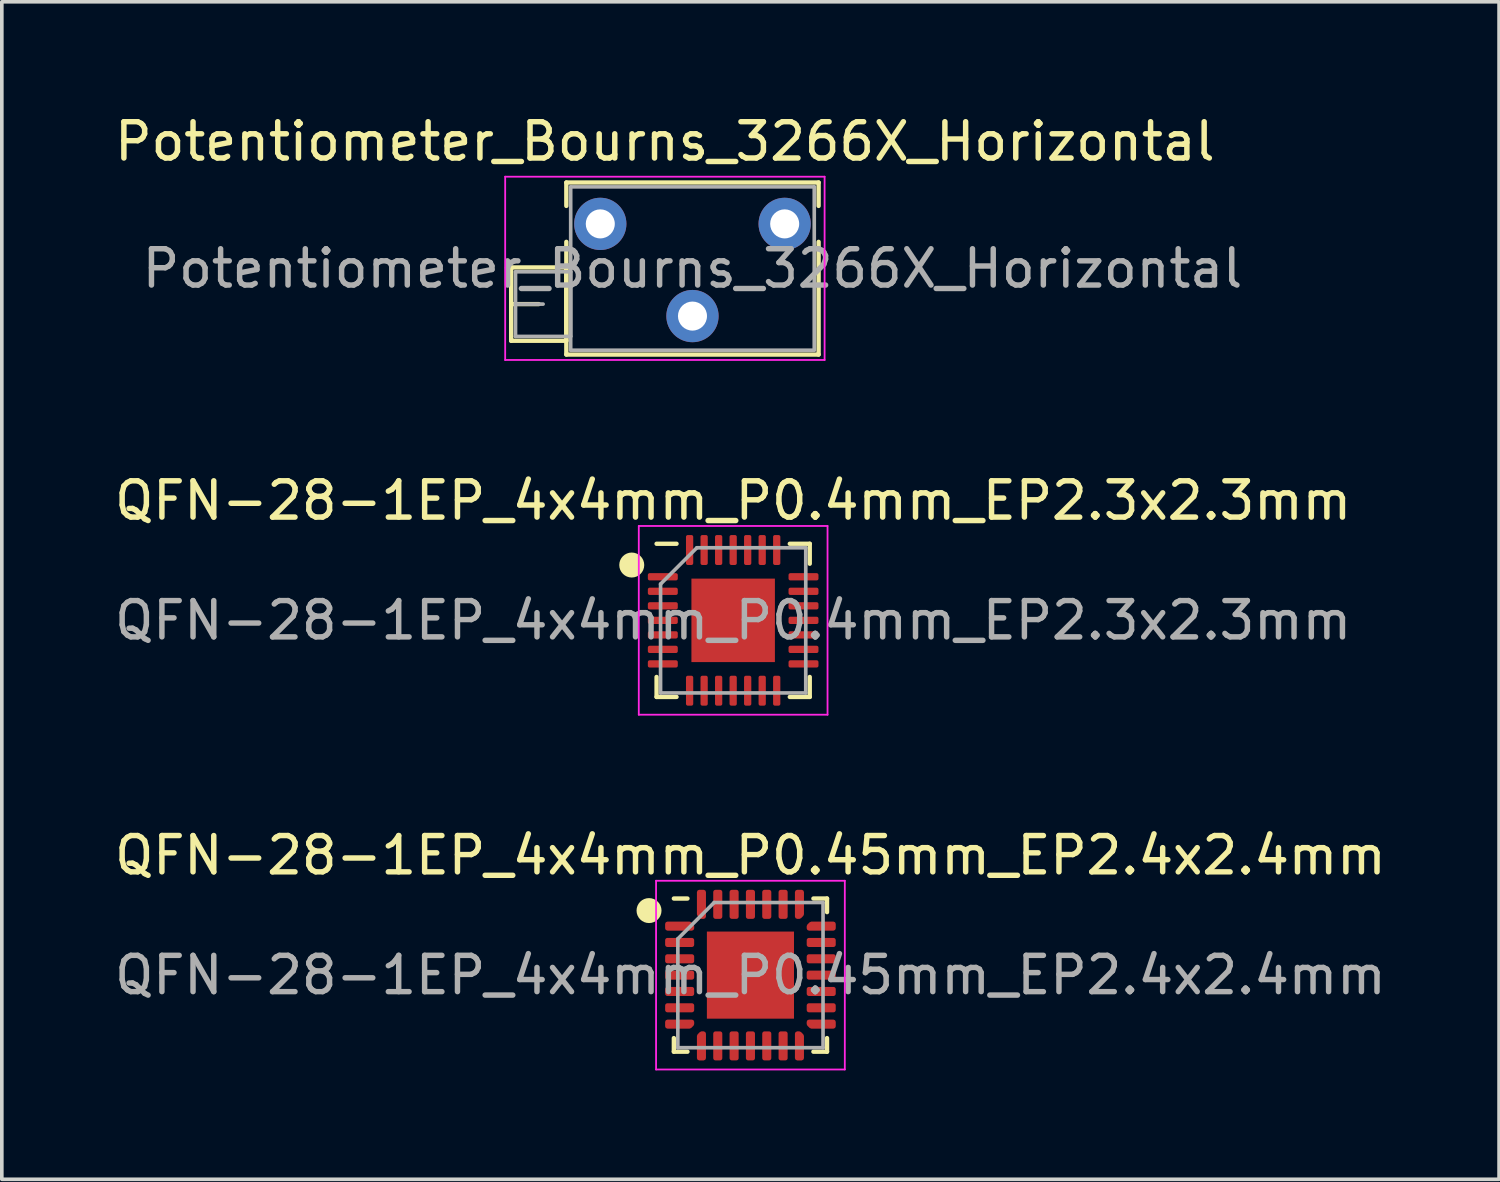
<source format=kicad_pcb>
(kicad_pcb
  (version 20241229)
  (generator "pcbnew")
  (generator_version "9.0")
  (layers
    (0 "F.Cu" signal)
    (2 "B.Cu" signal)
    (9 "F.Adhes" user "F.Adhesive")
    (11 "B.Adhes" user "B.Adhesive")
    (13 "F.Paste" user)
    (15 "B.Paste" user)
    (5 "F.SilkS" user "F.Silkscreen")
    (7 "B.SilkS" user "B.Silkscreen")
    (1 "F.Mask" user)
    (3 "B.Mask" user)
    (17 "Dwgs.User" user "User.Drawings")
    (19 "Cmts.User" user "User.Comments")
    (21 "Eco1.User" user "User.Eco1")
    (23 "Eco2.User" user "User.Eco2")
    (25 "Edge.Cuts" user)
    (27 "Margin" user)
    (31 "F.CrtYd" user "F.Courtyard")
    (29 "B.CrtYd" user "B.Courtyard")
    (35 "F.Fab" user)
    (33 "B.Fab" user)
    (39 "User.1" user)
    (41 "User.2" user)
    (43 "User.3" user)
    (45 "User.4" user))
  (footprint "QFN-28-1EP_4x4mm_P0.45mm_EP2.4x2.4mm"
    (layer "F.Cu")
    (at 17.625 23.815)
    (property "Reference" "QFN-28-1EP_4x4mm_P0.45mm_EP2.4x2.4mm" (at 0 -3.3 0) (layer "F.SilkS") (effects (font (size 1 1) (thickness 0.15))))
    (attr smd)
    (fp_line (start -2.11 2.11) (end -2.11 1.735) (stroke (width 0.12) (type solid)) (layer "F.SilkS"))
    (fp_line (start -1.735 -2.11) (end -2.11 -2.11) (stroke (width 0.12) (type solid)) (layer "F.SilkS"))
    (fp_line (start -1.735 2.11) (end -2.11 2.11) (stroke (width 0.12) (type solid)) (layer "F.SilkS"))
    (fp_line (start 1.735 -2.11) (end 2.11 -2.11) (stroke (width 0.12) (type solid)) (layer "F.SilkS"))
    (fp_line (start 1.735 2.11) (end 2.11 2.11) (stroke (width 0.12) (type solid)) (layer "F.SilkS"))
    (fp_line (start 2.11 -2.11) (end 2.11 -1.735) (stroke (width 0.12) (type solid)) (layer "F.SilkS"))
    (fp_line (start 2.11 2.11) (end 2.11 1.735) (stroke (width 0.12) (type solid)) (layer "F.SilkS"))
    (fp_circle (center -2.794 -1.778) (end -2.51 -1.778) (stroke (width 0.12) (type solid)) (fill yes) (layer "F.SilkS"))
    (fp_line (start -2.6 -2.6) (end -2.6 2.6) (stroke (width 0.05) (type solid)) (layer "F.CrtYd"))
    (fp_line (start -2.6 2.6) (end 2.6 2.6) (stroke (width 0.05) (type solid)) (layer "F.CrtYd"))
    (fp_line (start 2.6 -2.6) (end -2.6 -2.6) (stroke (width 0.05) (type solid)) (layer "F.CrtYd"))
    (fp_line (start 2.6 2.6) (end 2.6 -2.6) (stroke (width 0.05) (type solid)) (layer "F.CrtYd"))
    (fp_line (start -2 -1) (end -1 -2) (stroke (width 0.1) (type solid)) (layer "F.Fab"))
    (fp_line (start -2 2) (end -2 -1) (stroke (width 0.1) (type solid)) (layer "F.Fab"))
    (fp_line (start -1 -2) (end 2 -2) (stroke (width 0.1) (type solid)) (layer "F.Fab"))
    (fp_line (start 2 -2) (end 2 2) (stroke (width 0.1) (type solid)) (layer "F.Fab"))
    (fp_line (start 2 2) (end -2 2) (stroke (width 0.1) (type solid)) (layer "F.Fab"))
    (fp_text user "${REFERENCE}" (at 0 0 0) (layer "F.Fab") (effects (font (size 1 1) (thickness 0.15))))
    (pad "" smd roundrect (at -0.6 -0.6) (size 0.97 0.97) (layers "F.Paste") (roundrect_rratio 0.25))
    (pad "" smd roundrect (at -0.6 0.6) (size 0.97 0.97) (layers "F.Paste") (roundrect_rratio 0.25))
    (pad "" smd roundrect (at 0.6 -0.6) (size 0.97 0.97) (layers "F.Paste") (roundrect_rratio 0.25))
    (pad "" smd roundrect (at 0.6 0.6) (size 0.97 0.97) (layers "F.Paste") (roundrect_rratio 0.25))
    (pad "1" smd custom (at -1.95 -1.35) (size 0.179 0.179) (layers "F.Cu" "F.Mask" "F.Paste") (options (anchor circle)) (primitives (gr_poly (pts (xy 0.338 0.001) (xy 0.338 0.062) (xy -0.338 0.062) (xy -0.338 -0.062) (xy 0.274 -0.062)) (width 0.125) (fill yes))))
    (pad "2" smd roundrect (at -1.95 -0.9) (size 0.8 0.25) (layers "F.Cu" "F.Mask" "F.Paste") (roundrect_rratio 0.25))
    (pad "3" smd roundrect (at -1.95 -0.45) (size 0.8 0.25) (layers "F.Cu" "F.Mask" "F.Paste") (roundrect_rratio 0.25))
    (pad "4" smd roundrect (at -1.95 0) (size 0.8 0.25) (layers "F.Cu" "F.Mask" "F.Paste") (roundrect_rratio 0.25))
    (pad "5" smd roundrect (at -1.95 0.45) (size 0.8 0.25) (layers "F.Cu" "F.Mask" "F.Paste") (roundrect_rratio 0.25))
    (pad "6" smd roundrect (at -1.95 0.9) (size 0.8 0.25) (layers "F.Cu" "F.Mask" "F.Paste") (roundrect_rratio 0.25))
    (pad "7" smd custom (at -1.95 1.35) (size 0.179 0.179) (layers "F.Cu" "F.Mask" "F.Paste") (options (anchor circle)) (primitives (gr_poly (pts (xy 0.338 -0.001) (xy 0.274 0.062) (xy -0.338 0.062) (xy -0.338 -0.062) (xy 0.338 -0.062)) (width 0.125) (fill yes))))
    (pad "8" smd custom (at -1.35 1.95) (size 0.179 0.179) (layers "F.Cu" "F.Mask" "F.Paste") (options (anchor circle)) (primitives (gr_poly (pts (xy 0.062 0.338) (xy -0.062 0.338) (xy -0.062 -0.274) (xy 0.001 -0.338) (xy 0.062 -0.338)) (width 0.125) (fill yes))))
    (pad "9" smd roundrect (at -0.9 1.95) (size 0.25 0.8) (layers "F.Cu" "F.Mask" "F.Paste") (roundrect_rratio 0.25))
    (pad "10" smd roundrect (at -0.45 1.95) (size 0.25 0.8) (layers "F.Cu" "F.Mask" "F.Paste") (roundrect_rratio 0.25))
    (pad "11" smd roundrect (at 0 1.95) (size 0.25 0.8) (layers "F.Cu" "F.Mask" "F.Paste") (roundrect_rratio 0.25))
    (pad "12" smd roundrect (at 0.45 1.95) (size 0.25 0.8) (layers "F.Cu" "F.Mask" "F.Paste") (roundrect_rratio 0.25))
    (pad "13" smd roundrect (at 0.9 1.95) (size 0.25 0.8) (layers "F.Cu" "F.Mask" "F.Paste") (roundrect_rratio 0.25))
    (pad "14" smd custom (at 1.35 1.95) (size 0.179 0.179) (layers "F.Cu" "F.Mask" "F.Paste") (options (anchor circle)) (primitives (gr_poly (pts (xy 0.062 -0.274) (xy 0.062 0.338) (xy -0.062 0.338) (xy -0.062 -0.338) (xy -0.001 -0.338)) (width 0.125) (fill yes))))
    (pad "15" smd custom (at 1.95 1.35) (size 0.179 0.179) (layers "F.Cu" "F.Mask" "F.Paste") (options (anchor circle)) (primitives (gr_poly (pts (xy 0.338 0.062) (xy -0.274 0.062) (xy -0.338 -0.001) (xy -0.338 -0.062) (xy 0.338 -0.062)) (width 0.125) (fill yes))))
    (pad "16" smd roundrect (at 1.95 0.9) (size 0.8 0.25) (layers "F.Cu" "F.Mask" "F.Paste") (roundrect_rratio 0.25))
    (pad "17" smd roundrect (at 1.95 0.45) (size 0.8 0.25) (layers "F.Cu" "F.Mask" "F.Paste") (roundrect_rratio 0.25))
    (pad "18" smd roundrect (at 1.95 0) (size 0.8 0.25) (layers "F.Cu" "F.Mask" "F.Paste") (roundrect_rratio 0.25))
    (pad "19" smd roundrect (at 1.95 -0.45) (size 0.8 0.25) (layers "F.Cu" "F.Mask" "F.Paste") (roundrect_rratio 0.25))
    (pad "20" smd roundrect (at 1.95 -0.9) (size 0.8 0.25) (layers "F.Cu" "F.Mask" "F.Paste") (roundrect_rratio 0.25))
    (pad "21" smd custom (at 1.95 -1.35) (size 0.179 0.179) (layers "F.Cu" "F.Mask" "F.Paste") (options (anchor circle)) (primitives (gr_poly (pts (xy 0.338 0.062) (xy -0.338 0.062) (xy -0.338 0.001) (xy -0.274 -0.062) (xy 0.338 -0.062)) (width 0.125) (fill yes))))
    (pad "22" smd custom (at 1.35 -1.95) (size 0.179 0.179) (layers "F.Cu" "F.Mask" "F.Paste") (options (anchor circle)) (primitives (gr_poly (pts (xy 0.062 0.274) (xy -0.001 0.338) (xy -0.062 0.338) (xy -0.062 -0.338) (xy 0.062 -0.338)) (width 0.125) (fill yes))))
    (pad "23" smd roundrect (at 0.9 -1.95) (size 0.25 0.8) (layers "F.Cu" "F.Mask" "F.Paste") (roundrect_rratio 0.25))
    (pad "24" smd roundrect (at 0.45 -1.95) (size 0.25 0.8) (layers "F.Cu" "F.Mask" "F.Paste") (roundrect_rratio 0.25))
    (pad "25" smd roundrect (at 0 -1.95) (size 0.25 0.8) (layers "F.Cu" "F.Mask" "F.Paste") (roundrect_rratio 0.25))
    (pad "26" smd roundrect (at -0.45 -1.95) (size 0.25 0.8) (layers "F.Cu" "F.Mask" "F.Paste") (roundrect_rratio 0.25))
    (pad "27" smd roundrect (at -0.9 -1.95) (size 0.25 0.8) (layers "F.Cu" "F.Mask" "F.Paste") (roundrect_rratio 0.25))
    (pad "28" smd custom (at -1.35 -1.95) (size 0.179 0.179) (layers "F.Cu" "F.Mask" "F.Paste") (options (anchor circle)) (primitives (gr_poly (pts (xy 0.062 0.338) (xy 0.001 0.338) (xy -0.062 0.274) (xy -0.062 -0.338) (xy 0.062 -0.338)) (width 0.125) (fill yes))))
    (pad "29" smd rect (at 0 0) (size 2.4 2.4) (layers "F.Cu" "F.Mask")))
  (footprint "QFN-28-1EP_4x4mm_P0.4mm_EP2.3x2.3mm"
    (layer "F.Cu")
    (at 17.149 14.041)
    (property "Reference" "QFN-28-1EP_4x4mm_P0.4mm_EP2.3x2.3mm" (at 0 -3.3 0) (layer "F.SilkS") (effects (font (size 1 1) (thickness 0.15))))
    (attr smd)
    (fp_line (start -2.11 2.11) (end -2.11 1.56) (stroke (width 0.12) (type solid)) (layer "F.SilkS"))
    (fp_line (start -1.56 -2.11) (end -2.11 -2.11) (stroke (width 0.12) (type solid)) (layer "F.SilkS"))
    (fp_line (start -1.56 2.11) (end -2.11 2.11) (stroke (width 0.12) (type solid)) (layer "F.SilkS"))
    (fp_line (start 1.56 -2.11) (end 2.11 -2.11) (stroke (width 0.12) (type solid)) (layer "F.SilkS"))
    (fp_line (start 1.56 2.11) (end 2.11 2.11) (stroke (width 0.12) (type solid)) (layer "F.SilkS"))
    (fp_line (start 2.11 -2.11) (end 2.11 -1.56) (stroke (width 0.12) (type solid)) (layer "F.SilkS"))
    (fp_line (start 2.11 2.11) (end 2.11 1.56) (stroke (width 0.12) (type solid)) (layer "F.SilkS"))
    (fp_circle (center -2.794 -1.524) (end -2.51 -1.524) (stroke (width 0.12) (type solid)) (fill yes) (layer "F.SilkS"))
    (fp_line (start -2.6 -2.6) (end -2.6 2.6) (stroke (width 0.05) (type solid)) (layer "F.CrtYd"))
    (fp_line (start -2.6 2.6) (end 2.6 2.6) (stroke (width 0.05) (type solid)) (layer "F.CrtYd"))
    (fp_line (start 2.6 -2.6) (end -2.6 -2.6) (stroke (width 0.05) (type solid)) (layer "F.CrtYd"))
    (fp_line (start 2.6 2.6) (end 2.6 -2.6) (stroke (width 0.05) (type solid)) (layer "F.CrtYd"))
    (fp_line (start -2 -1) (end -1 -2) (stroke (width 0.1) (type solid)) (layer "F.Fab"))
    (fp_line (start -2 2) (end -2 -1) (stroke (width 0.1) (type solid)) (layer "F.Fab"))
    (fp_line (start -1 -2) (end 2 -2) (stroke (width 0.1) (type solid)) (layer "F.Fab"))
    (fp_line (start 2 -2) (end 2 2) (stroke (width 0.1) (type solid)) (layer "F.Fab"))
    (fp_line (start 2 2) (end -2 2) (stroke (width 0.1) (type solid)) (layer "F.Fab"))
    (fp_text user "${REFERENCE}" (at 0 0 0) (layer "F.Fab") (effects (font (size 1 1) (thickness 0.15))))
    (pad "" smd roundrect (at -0.575 -0.575) (size 0.93 0.93) (layers "F.Paste") (roundrect_rratio 0.25))
    (pad "" smd roundrect (at -0.575 0.575) (size 0.93 0.93) (layers "F.Paste") (roundrect_rratio 0.25))
    (pad "" smd roundrect (at 0.575 -0.575) (size 0.93 0.93) (layers "F.Paste") (roundrect_rratio 0.25))
    (pad "" smd roundrect (at 0.575 0.575) (size 0.93 0.93) (layers "F.Paste") (roundrect_rratio 0.25))
    (pad "1" smd roundrect (at -1.938 -1.2) (size 0.825 0.2) (layers "F.Cu" "F.Mask" "F.Paste") (roundrect_rratio 0.25))
    (pad "2" smd roundrect (at -1.938 -0.8) (size 0.825 0.2) (layers "F.Cu" "F.Mask" "F.Paste") (roundrect_rratio 0.25))
    (pad "3" smd roundrect (at -1.938 -0.4) (size 0.825 0.2) (layers "F.Cu" "F.Mask" "F.Paste") (roundrect_rratio 0.25))
    (pad "4" smd roundrect (at -1.938 0) (size 0.825 0.2) (layers "F.Cu" "F.Mask" "F.Paste") (roundrect_rratio 0.25))
    (pad "5" smd roundrect (at -1.938 0.4) (size 0.825 0.2) (layers "F.Cu" "F.Mask" "F.Paste") (roundrect_rratio 0.25))
    (pad "6" smd roundrect (at -1.938 0.8) (size 0.825 0.2) (layers "F.Cu" "F.Mask" "F.Paste") (roundrect_rratio 0.25))
    (pad "7" smd roundrect (at -1.938 1.2) (size 0.825 0.2) (layers "F.Cu" "F.Mask" "F.Paste") (roundrect_rratio 0.25))
    (pad "8" smd roundrect (at -1.2 1.938) (size 0.2 0.825) (layers "F.Cu" "F.Mask" "F.Paste") (roundrect_rratio 0.25))
    (pad "9" smd roundrect (at -0.8 1.938) (size 0.2 0.825) (layers "F.Cu" "F.Mask" "F.Paste") (roundrect_rratio 0.25))
    (pad "10" smd roundrect (at -0.4 1.938) (size 0.2 0.825) (layers "F.Cu" "F.Mask" "F.Paste") (roundrect_rratio 0.25))
    (pad "11" smd roundrect (at 0 1.938) (size 0.2 0.825) (layers "F.Cu" "F.Mask" "F.Paste") (roundrect_rratio 0.25))
    (pad "12" smd roundrect (at 0.4 1.938) (size 0.2 0.825) (layers "F.Cu" "F.Mask" "F.Paste") (roundrect_rratio 0.25))
    (pad "13" smd roundrect (at 0.8 1.938) (size 0.2 0.825) (layers "F.Cu" "F.Mask" "F.Paste") (roundrect_rratio 0.25))
    (pad "14" smd roundrect (at 1.2 1.938) (size 0.2 0.825) (layers "F.Cu" "F.Mask" "F.Paste") (roundrect_rratio 0.25))
    (pad "15" smd roundrect (at 1.938 1.2) (size 0.825 0.2) (layers "F.Cu" "F.Mask" "F.Paste") (roundrect_rratio 0.25))
    (pad "16" smd roundrect (at 1.938 0.8) (size 0.825 0.2) (layers "F.Cu" "F.Mask" "F.Paste") (roundrect_rratio 0.25))
    (pad "17" smd roundrect (at 1.938 0.4) (size 0.825 0.2) (layers "F.Cu" "F.Mask" "F.Paste") (roundrect_rratio 0.25))
    (pad "18" smd roundrect (at 1.938 0) (size 0.825 0.2) (layers "F.Cu" "F.Mask" "F.Paste") (roundrect_rratio 0.25))
    (pad "19" smd roundrect (at 1.938 -0.4) (size 0.825 0.2) (layers "F.Cu" "F.Mask" "F.Paste") (roundrect_rratio 0.25))
    (pad "20" smd roundrect (at 1.938 -0.8) (size 0.825 0.2) (layers "F.Cu" "F.Mask" "F.Paste") (roundrect_rratio 0.25))
    (pad "21" smd roundrect (at 1.938 -1.2) (size 0.825 0.2) (layers "F.Cu" "F.Mask" "F.Paste") (roundrect_rratio 0.25))
    (pad "22" smd roundrect (at 1.2 -1.938) (size 0.2 0.825) (layers "F.Cu" "F.Mask" "F.Paste") (roundrect_rratio 0.25))
    (pad "23" smd roundrect (at 0.8 -1.938) (size 0.2 0.825) (layers "F.Cu" "F.Mask" "F.Paste") (roundrect_rratio 0.25))
    (pad "24" smd roundrect (at 0.4 -1.938) (size 0.2 0.825) (layers "F.Cu" "F.Mask" "F.Paste") (roundrect_rratio 0.25))
    (pad "25" smd roundrect (at 0 -1.938) (size 0.2 0.825) (layers "F.Cu" "F.Mask" "F.Paste") (roundrect_rratio 0.25))
    (pad "26" smd roundrect (at -0.4 -1.938) (size 0.2 0.825) (layers "F.Cu" "F.Mask" "F.Paste") (roundrect_rratio 0.25))
    (pad "27" smd roundrect (at -0.8 -1.938) (size 0.2 0.825) (layers "F.Cu" "F.Mask" "F.Paste") (roundrect_rratio 0.25))
    (pad "28" smd roundrect (at -1.2 -1.938) (size 0.2 0.825) (layers "F.Cu" "F.Mask" "F.Paste") (roundrect_rratio 0.25))
    (pad "29" smd rect (at 0 0) (size 2.3 2.3) (layers "F.Cu" "F.Mask")))
  (footprint "Potentiometer_Bourns_3266X_Horizontal"
    (layer "F.Cu")
    (at 18.568 3.118)
    (property "Reference" "Potentiometer_Bourns_3266X_Horizontal" (at -3.3 -2.27 0) (layer "F.SilkS") (effects (font (size 1 1) (thickness 0.15))))
    (attr through_hole)
    (fp_line (start -7.535 1.2) (end -7.535 3.22) (stroke (width 0.12) (type solid)) (layer "F.SilkS"))
    (fp_line (start -7.535 1.2) (end -6.016 1.2) (stroke (width 0.12) (type solid)) (layer "F.SilkS"))
    (fp_line (start -7.535 2.21) (end -6.776 2.21) (stroke (width 0.12) (type solid)) (layer "F.SilkS"))
    (fp_line (start -7.535 3.22) (end -6.016 3.22) (stroke (width 0.12) (type solid)) (layer "F.SilkS"))
    (fp_line (start -6.016 1.2) (end -6.016 3.22) (stroke (width 0.12) (type solid)) (layer "F.SilkS"))
    (fp_line (start -6.015 -1.14) (end -6.015 -0.495) (stroke (width 0.12) (type solid)) (layer "F.SilkS"))
    (fp_line (start -6.015 -1.14) (end 0.935 -1.14) (stroke (width 0.12) (type solid)) (layer "F.SilkS"))
    (fp_line (start -6.015 0.495) (end -6.015 3.6) (stroke (width 0.12) (type solid)) (layer "F.SilkS"))
    (fp_line (start -6.015 3.6) (end 0.935 3.6) (stroke (width 0.12) (type solid)) (layer "F.SilkS"))
    (fp_line (start 0.935 -1.14) (end 0.935 -0.495) (stroke (width 0.12) (type solid)) (layer "F.SilkS"))
    (fp_line (start 0.935 0.495) (end 0.935 3.6) (stroke (width 0.12) (type solid)) (layer "F.SilkS"))
    (fp_line (start -7.7 -1.3) (end -7.7 3.75) (stroke (width 0.05) (type solid)) (layer "F.CrtYd"))
    (fp_line (start -7.7 3.75) (end 1.1 3.75) (stroke (width 0.05) (type solid)) (layer "F.CrtYd"))
    (fp_line (start 1.1 -1.3) (end -7.7 -1.3) (stroke (width 0.05) (type solid)) (layer "F.CrtYd"))
    (fp_line (start 1.1 3.75) (end 1.1 -1.3) (stroke (width 0.05) (type solid)) (layer "F.CrtYd"))
    (fp_line (start -7.415 1.32) (end -7.415 3.1) (stroke (width 0.1) (type solid)) (layer "F.Fab"))
    (fp_line (start -7.415 2.21) (end -6.655 2.21) (stroke (width 0.1) (type solid)) (layer "F.Fab"))
    (fp_line (start -7.415 3.1) (end -5.895 3.1) (stroke (width 0.1) (type solid)) (layer "F.Fab"))
    (fp_line (start -5.895 -1.02) (end -5.895 3.48) (stroke (width 0.1) (type solid)) (layer "F.Fab"))
    (fp_line (start -5.895 1.32) (end -7.415 1.32) (stroke (width 0.1) (type solid)) (layer "F.Fab"))
    (fp_line (start -5.895 3.1) (end -5.895 1.32) (stroke (width 0.1) (type solid)) (layer "F.Fab"))
    (fp_line (start -5.895 3.48) (end 0.815 3.48) (stroke (width 0.1) (type solid)) (layer "F.Fab"))
    (fp_line (start 0.815 -1.02) (end -5.895 -1.02) (stroke (width 0.1) (type solid)) (layer "F.Fab"))
    (fp_line (start 0.815 3.48) (end 0.815 -1.02) (stroke (width 0.1) (type solid)) (layer "F.Fab"))
    (fp_text user "${REFERENCE}" (at -2.54 1.23 0) (layer "F.Fab") (effects (font (size 1 1) (thickness 0.15))))
    (pad "1" thru_hole circle (at 0 0) (size 1.44 1.44) (drill 0.8) (layers "*.Cu" "*.Mask"))
    (pad "2" thru_hole circle (at -2.54 2.54) (size 1.44 1.44) (drill 0.8) (layers "*.Cu" "*.Mask"))
    (pad "3" thru_hole circle (at -5.08 0) (size 1.44 1.44) (drill 0.8) (layers "*.Cu" "*.Mask")))
  (gr_rect
    (start -3 -3)
    (end 38.25 29.44)
    (stroke (width 0.1) (type default))
    (fill no)
    (layer "Edge.Cuts")))
</source>
